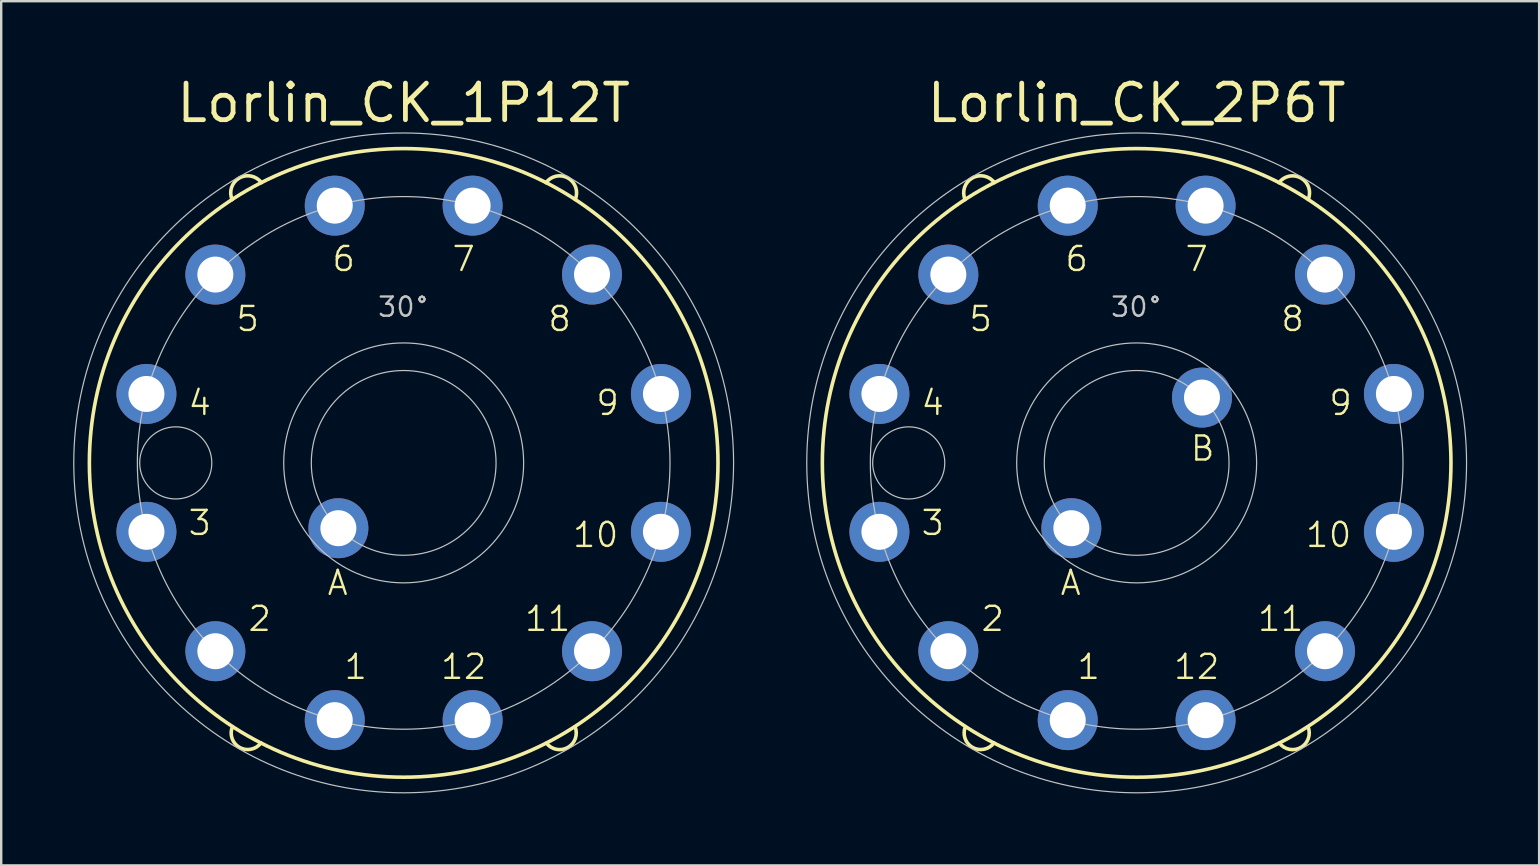
<source format=kicad_pcb>
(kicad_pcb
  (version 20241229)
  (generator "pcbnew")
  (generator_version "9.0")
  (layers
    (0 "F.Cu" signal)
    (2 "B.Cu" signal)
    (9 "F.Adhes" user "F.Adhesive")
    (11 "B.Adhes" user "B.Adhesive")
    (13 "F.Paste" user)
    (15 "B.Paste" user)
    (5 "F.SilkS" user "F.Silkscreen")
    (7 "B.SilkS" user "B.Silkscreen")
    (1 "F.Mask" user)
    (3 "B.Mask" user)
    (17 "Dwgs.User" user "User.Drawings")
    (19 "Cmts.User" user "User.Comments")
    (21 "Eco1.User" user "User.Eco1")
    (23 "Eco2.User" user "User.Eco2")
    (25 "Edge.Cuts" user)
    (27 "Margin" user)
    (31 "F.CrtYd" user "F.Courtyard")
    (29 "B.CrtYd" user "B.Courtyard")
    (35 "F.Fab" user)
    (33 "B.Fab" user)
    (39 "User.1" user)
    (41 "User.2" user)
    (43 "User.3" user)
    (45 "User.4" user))
  (footprint "Lorlin_CK_2P6T"
    (layer "F.Cu")
    (at 44.325 16.243)
    (property "Reference" "Lorlin_CK_2P6T" (at 0 -15 0) (layer "F.SilkS") (effects (font (size 1.524 1.524) (thickness 0.2))))
    (attr through_hole)
    (fp_arc (start -7.150631 -10.975753) (mid -6.854424 -11.872303) (end -5.93 -11.68) (stroke (width 0.15) (type solid)) (layer "F.SilkS"))
    (fp_arc (start -5.947722 11.671706) (mid -6.838705 11.859201) (end -7.14 11) (stroke (width 0.15) (type solid)) (layer "F.SilkS"))
    (fp_arc (start 5.93252 -11.679604) (mid 6.852227 -11.87096) (end 7.15 -10.98) (stroke (width 0.15) (type solid)) (layer "F.SilkS"))
    (fp_arc (start 7.142964 10.998805) (mid 6.843755 11.860011) (end 5.95 11.68) (stroke (width 0.15) (type solid)) (layer "F.SilkS"))
    (fp_circle (center 0 0) (end 13.1 0) (stroke (width 0.15) (type solid)) (fill no) (layer "F.SilkS"))
    (fp_circle (center -9.5 0) (end -7.997 0) (stroke (width 0.05) (type solid)) (fill no) (layer "Dwgs.User"))
    (fp_circle (center 0 0) (end 3.85 0) (stroke (width 0.05) (type solid)) (fill no) (layer "Dwgs.User"))
    (fp_circle (center 0 0) (end 5 0) (stroke (width 0.05) (type solid)) (fill no) (layer "Dwgs.User"))
    (fp_circle (center 0 0) (end 11.1 0) (stroke (width 0.05) (type solid)) (fill no) (layer "Dwgs.User"))
    (fp_circle (center 0 0) (end 13.75 0) (stroke (width 0.05) (type solid)) (fill no) (layer "Dwgs.User"))
    (fp_text user "11" (at 6 6.5 0) (layer "F.SilkS") (effects (font (size 1 1) (thickness 0.1))))
    (fp_text user "5" (at -6.5 -6 0) (layer "F.SilkS") (effects (font (size 1 1) (thickness 0.1))))
    (fp_text user "8" (at 6.5 -6 0) (layer "F.SilkS") (effects (font (size 1 1) (thickness 0.1))))
    (fp_text user "2" (at -6 6.5 0) (layer "F.SilkS") (effects (font (size 1 1) (thickness 0.1))))
    (fp_text user "A" (at -2.75 5 0) (layer "F.SilkS") (effects (font (size 1 1) (thickness 0.1))))
    (fp_text user "1" (at -2 8.5 0) (layer "F.SilkS") (effects (font (size 1 1) (thickness 0.1))))
    (fp_text user "4" (at -8.5 -2.5 0) (layer "F.SilkS") (effects (font (size 1 1) (thickness 0.1))))
    (fp_text user "3" (at -8.5 2.5 0) (layer "F.SilkS") (effects (font (size 1 1) (thickness 0.1))))
    (fp_text user "6" (at -2.5 -8.5 0) (layer "F.SilkS") (effects (font (size 1 1) (thickness 0.1))))
    (fp_text user "9" (at 8.5 -2.5 0) (layer "F.SilkS") (effects (font (size 1 1) (thickness 0.1))))
    (fp_text user "10" (at 8 3 0) (layer "F.SilkS") (effects (font (size 1 1) (thickness 0.1))))
    (fp_text user "12" (at 2.5 8.5 0) (layer "F.SilkS") (effects (font (size 1 1) (thickness 0.1))))
    (fp_text user "7" (at 2.5 -8.5 0) (layer "F.SilkS") (effects (font (size 1 1) (thickness 0.1))))
    (fp_text user "B" (at 2.75 -0.6 0) (layer "F.SilkS") (effects (font (size 1 1) (thickness 0.1))))
    (fp_text user "30°" (at 0 -6.5 0) (layer "Dwgs.User") (effects (font (size 0.8 0.8) (thickness 0.1))))
    (pad "1" thru_hole circle (at -2.873 10.722) (size 2.5 2.5) (drill 1.5) (layers "*.Cu" "*.Mask"))
    (pad "2" thru_hole circle (at -7.849 7.849) (size 2.5 2.5) (drill 1.5) (layers "*.Cu" "*.Mask"))
    (pad "3" thru_hole circle (at -10.722 2.873) (size 2.5 2.5) (drill 1.5) (layers "*.Cu" "*.Mask"))
    (pad "4" thru_hole circle (at -10.722 -2.873) (size 2.5 2.5) (drill 1.5) (layers "*.Cu" "*.Mask"))
    (pad "5" thru_hole circle (at -7.849 -7.849) (size 2.5 2.5) (drill 1.5) (layers "*.Cu" "*.Mask"))
    (pad "6" thru_hole circle (at -2.873 -10.722) (size 2.5 2.5) (drill 1.5) (layers "*.Cu" "*.Mask"))
    (pad "7" thru_hole circle (at 2.873 -10.722) (size 2.5 2.5) (drill 1.5) (layers "*.Cu" "*.Mask"))
    (pad "8" thru_hole circle (at 7.849 -7.849) (size 2.5 2.5) (drill 1.5) (layers "*.Cu" "*.Mask"))
    (pad "9" thru_hole circle (at 10.722 -2.873) (size 2.5 2.5) (drill 1.5) (layers "*.Cu" "*.Mask"))
    (pad "10" thru_hole circle (at 10.722 2.873) (size 2.5 2.5) (drill 1.5) (layers "*.Cu" "*.Mask"))
    (pad "11" thru_hole circle (at 7.849 7.849) (size 2.5 2.5) (drill 1.5) (layers "*.Cu" "*.Mask"))
    (pad "12" thru_hole circle (at 2.873 10.722) (size 2.5 2.5) (drill 1.5) (layers "*.Cu" "*.Mask"))
    (pad "13" thru_hole circle (at -2.722 2.722) (size 2.5 2.5) (drill 1.5) (layers "*.Cu" "*.Mask"))
    (pad "14" thru_hole circle (at 2.722 -2.722) (size 2.5 2.5) (drill 1.5) (layers "*.Cu" "*.Mask")))
  (footprint "Lorlin_CK_1P12T"
    (layer "F.Cu")
    (at 13.775 16.243)
    (property "Reference" "Lorlin_CK_1P12T" (at 0 -15 0) (layer "F.SilkS") (effects (font (size 1.524 1.524) (thickness 0.2))))
    (attr through_hole)
    (fp_arc (start -7.150631 -10.975753) (mid -6.854424 -11.872303) (end -5.93 -11.68) (stroke (width 0.15) (type solid)) (layer "F.SilkS"))
    (fp_arc (start -5.947722 11.671706) (mid -6.838705 11.859201) (end -7.14 11) (stroke (width 0.15) (type solid)) (layer "F.SilkS"))
    (fp_arc (start 5.93252 -11.679604) (mid 6.852227 -11.87096) (end 7.15 -10.98) (stroke (width 0.15) (type solid)) (layer "F.SilkS"))
    (fp_arc (start 7.142964 10.998805) (mid 6.843755 11.860011) (end 5.95 11.68) (stroke (width 0.15) (type solid)) (layer "F.SilkS"))
    (fp_circle (center 0 0) (end 13.1 0) (stroke (width 0.15) (type solid)) (fill no) (layer "F.SilkS"))
    (fp_circle (center -9.5 0) (end -7.997 0) (stroke (width 0.05) (type solid)) (fill no) (layer "Dwgs.User"))
    (fp_circle (center 0 0) (end 3.85 0) (stroke (width 0.05) (type solid)) (fill no) (layer "Dwgs.User"))
    (fp_circle (center 0 0) (end 5 0) (stroke (width 0.05) (type solid)) (fill no) (layer "Dwgs.User"))
    (fp_circle (center 0 0) (end 11.1 0) (stroke (width 0.05) (type solid)) (fill no) (layer "Dwgs.User"))
    (fp_circle (center 0 0) (end 13.75 0) (stroke (width 0.05) (type solid)) (fill no) (layer "Dwgs.User"))
    (fp_text user "9" (at 8.5 -2.5 0) (layer "F.SilkS") (effects (font (size 1 1) (thickness 0.1))))
    (fp_text user "8" (at 6.5 -6 0) (layer "F.SilkS") (effects (font (size 1 1) (thickness 0.1))))
    (fp_text user "4" (at -8.5 -2.5 0) (layer "F.SilkS") (effects (font (size 1 1) (thickness 0.1))))
    (fp_text user "11" (at 6 6.5 0) (layer "F.SilkS") (effects (font (size 1 1) (thickness 0.1))))
    (fp_text user "3" (at -8.5 2.5 0) (layer "F.SilkS") (effects (font (size 1 1) (thickness 0.1))))
    (fp_text user "2" (at -6 6.5 0) (layer "F.SilkS") (effects (font (size 1 1) (thickness 0.1))))
    (fp_text user "7" (at 2.5 -8.5 0) (layer "F.SilkS") (effects (font (size 1 1) (thickness 0.1))))
    (fp_text user "6" (at -2.5 -8.5 0) (layer "F.SilkS") (effects (font (size 1 1) (thickness 0.1))))
    (fp_text user "12" (at 2.5 8.5 0) (layer "F.SilkS") (effects (font (size 1 1) (thickness 0.1))))
    (fp_text user "5" (at -6.5 -6 0) (layer "F.SilkS") (effects (font (size 1 1) (thickness 0.1))))
    (fp_text user "A" (at -2.75 5 0) (layer "F.SilkS") (effects (font (size 1 1) (thickness 0.1))))
    (fp_text user "10" (at 8 3 0) (layer "F.SilkS") (effects (font (size 1 1) (thickness 0.1))))
    (fp_text user "1" (at -2 8.5 0) (layer "F.SilkS") (effects (font (size 1 1) (thickness 0.1))))
    (fp_text user "30°" (at 0 -6.5 0) (layer "Dwgs.User") (effects (font (size 0.8 0.8) (thickness 0.1))))
    (pad "1" thru_hole circle (at -2.873 10.722) (size 2.5 2.5) (drill 1.5) (layers "*.Cu" "*.Mask"))
    (pad "2" thru_hole circle (at -7.849 7.849) (size 2.5 2.5) (drill 1.5) (layers "*.Cu" "*.Mask"))
    (pad "3" thru_hole circle (at -10.722 2.873) (size 2.5 2.5) (drill 1.5) (layers "*.Cu" "*.Mask"))
    (pad "4" thru_hole circle (at -10.722 -2.873) (size 2.5 2.5) (drill 1.5) (layers "*.Cu" "*.Mask"))
    (pad "5" thru_hole circle (at -7.849 -7.849) (size 2.5 2.5) (drill 1.5) (layers "*.Cu" "*.Mask"))
    (pad "6" thru_hole circle (at -2.873 -10.722) (size 2.5 2.5) (drill 1.5) (layers "*.Cu" "*.Mask"))
    (pad "7" thru_hole circle (at 2.873 -10.722) (size 2.5 2.5) (drill 1.5) (layers "*.Cu" "*.Mask"))
    (pad "8" thru_hole circle (at 7.849 -7.849) (size 2.5 2.5) (drill 1.5) (layers "*.Cu" "*.Mask"))
    (pad "9" thru_hole circle (at 10.722 -2.873) (size 2.5 2.5) (drill 1.5) (layers "*.Cu" "*.Mask"))
    (pad "10" thru_hole circle (at 10.722 2.873) (size 2.5 2.5) (drill 1.5) (layers "*.Cu" "*.Mask"))
    (pad "11" thru_hole circle (at 7.849 7.849) (size 2.5 2.5) (drill 1.5) (layers "*.Cu" "*.Mask"))
    (pad "12" thru_hole circle (at 2.873 10.722) (size 2.5 2.5) (drill 1.5) (layers "*.Cu" "*.Mask"))
    (pad "13" thru_hole circle (at -2.722 2.722) (size 2.5 2.5) (drill 1.5) (layers "*.Cu" "*.Mask")))
  (gr_rect
    (start -3 -3)
    (end 61.1 33.018)
    (stroke (width 0.1) (type default))
    (fill no)
    (layer "Edge.Cuts")))
</source>
